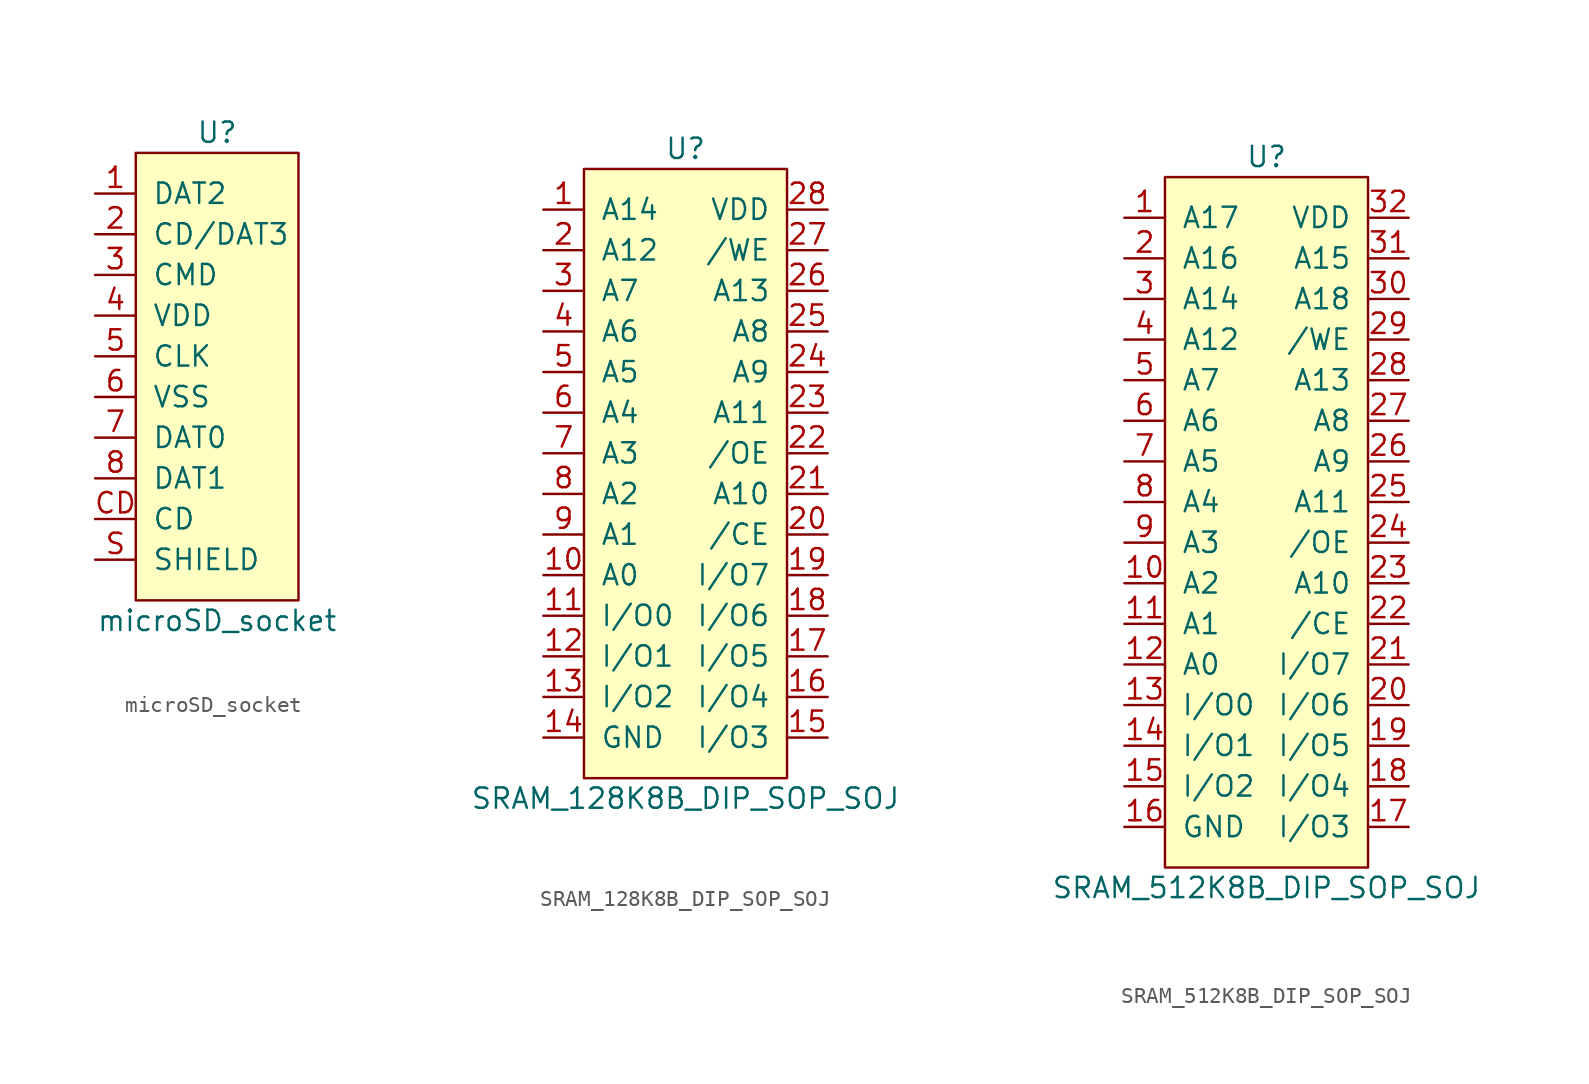
<source format=kicad_sym>
(kicad_symbol_lib
  (version 20211014)
  (generator kicad_symbol_editor)
  (symbol "microSD_socket"
    (pin_names
      (offset 1.016))
    (property "Reference" "U"
      (at 0 15.24 0)
      (effects (font (size 1.27 1.27))))
    (property "Value" "microSD_socket"
      (at 0 -15.24 0)
      (effects (font (size 1.27 1.27))))
    (symbol "microSD_socket_0_1"
      (rectangle (start -5.08 13.97) (end 5.08 -13.97) (stroke (width 0) (type default) (color 0 0 0 0)) (fill (type background))))
    (symbol "microSD_socket_1_1"
      (pin bidirectional line (at -7.62 11.43 0) (length 2.54) (name "DAT2" (effects (font (size 1.27 1.27)))) (number "1" (effects (font (size 1.27 1.27)))))
      (pin bidirectional line (at -7.62 8.89 0) (length 2.54) (name "CD/DAT3" (effects (font (size 1.27 1.27)))) (number "2" (effects (font (size 1.27 1.27)))))
      (pin bidirectional line (at -7.62 6.35 0) (length 2.54) (name "CMD" (effects (font (size 1.27 1.27)))) (number "3" (effects (font (size 1.27 1.27)))))
      (pin power_in line (at -7.62 3.81 0) (length 2.54) (name "VDD" (effects (font (size 1.27 1.27)))) (number "4" (effects (font (size 1.27 1.27)))))
      (pin input line (at -7.62 1.27 0) (length 2.54) (name "CLK" (effects (font (size 1.27 1.27)))) (number "5" (effects (font (size 1.27 1.27)))))
      (pin power_in line (at -7.62 -1.27 0) (length 2.54) (name "VSS" (effects (font (size 1.27 1.27)))) (number "6" (effects (font (size 1.27 1.27)))))
      (pin bidirectional line (at -7.62 -3.81 0) (length 2.54) (name "DAT0" (effects (font (size 1.27 1.27)))) (number "7" (effects (font (size 1.27 1.27)))))
      (pin bidirectional line (at -7.62 -6.35 0) (length 2.54) (name "DAT1" (effects (font (size 1.27 1.27)))) (number "8" (effects (font (size 1.27 1.27)))))
      (pin output line (at -7.62 -8.89 0) (length 2.54) (name "CD" (effects (font (size 1.27 1.27)))) (number "CD" (effects (font (size 1.27 1.27)))))
      (pin power_in line (at -7.62 -11.43 0) (length 2.54) (name "SHIELD" (effects (font (size 1.27 1.27)))) (number "S" (effects (font (size 1.27 1.27)))))))
  (symbol "SRAM_128K8B_DIP_SOP_SOJ"
    (pin_names
      (offset 1.016))
    (property "Reference" "U"
      (at 0 19.05 0)
      (effects (font (size 1.27 1.27))))
    (property "Value" "SRAM_128K8B_DIP_SOP_SOJ"
      (at 0 -21.59 0)
      (effects (font (size 1.27 1.27))))
    (symbol "SRAM_128K8B_DIP_SOP_SOJ_1_1"
      (rectangle (start -6.35 17.78) (end 6.35 -20.32) (stroke (width 0) (type default) (color 0 0 0 0)) (fill (type background)))
      (pin input line (at -8.89 15.24 0) (length 2.54) (name "A14" (effects (font (size 1.27 1.27)))) (number "1" (effects (font (size 1.27 1.27)))))
      (pin input line (at -8.89 -7.62 0) (length 2.54) (name "A0" (effects (font (size 1.27 1.27)))) (number "10" (effects (font (size 1.27 1.27)))))
      (pin bidirectional line (at -8.89 -10.16 0) (length 2.54) (name "I/O0" (effects (font (size 1.27 1.27)))) (number "11" (effects (font (size 1.27 1.27)))))
      (pin bidirectional line (at -8.89 -12.7 0) (length 2.54) (name "I/O1" (effects (font (size 1.27 1.27)))) (number "12" (effects (font (size 1.27 1.27)))))
      (pin bidirectional line (at -8.89 -15.24 0) (length 2.54) (name "I/O2" (effects (font (size 1.27 1.27)))) (number "13" (effects (font (size 1.27 1.27)))))
      (pin power_in line (at -8.89 -17.78 0) (length 2.54) (name "GND" (effects (font (size 1.27 1.27)))) (number "14" (effects (font (size 1.27 1.27)))))
      (pin bidirectional line (at 8.89 -17.78 180) (length 2.54) (name "I/O3" (effects (font (size 1.27 1.27)))) (number "15" (effects (font (size 1.27 1.27)))))
      (pin bidirectional line (at 8.89 -15.24 180) (length 2.54) (name "I/O4" (effects (font (size 1.27 1.27)))) (number "16" (effects (font (size 1.27 1.27)))))
      (pin bidirectional line (at 8.89 -12.7 180) (length 2.54) (name "I/O5" (effects (font (size 1.27 1.27)))) (number "17" (effects (font (size 1.27 1.27)))))
      (pin bidirectional line (at 8.89 -10.16 180) (length 2.54) (name "I/O6" (effects (font (size 1.27 1.27)))) (number "18" (effects (font (size 1.27 1.27)))))
      (pin bidirectional line (at 8.89 -7.62 180) (length 2.54) (name "I/O7" (effects (font (size 1.27 1.27)))) (number "19" (effects (font (size 1.27 1.27)))))
      (pin input line (at -8.89 12.7 0) (length 2.54) (name "A12" (effects (font (size 1.27 1.27)))) (number "2" (effects (font (size 1.27 1.27)))))
      (pin input line (at 8.89 -5.08 180) (length 2.54) (name "/CE" (effects (font (size 1.27 1.27)))) (number "20" (effects (font (size 1.27 1.27)))))
      (pin input line (at 8.89 -2.54 180) (length 2.54) (name "A10" (effects (font (size 1.27 1.27)))) (number "21" (effects (font (size 1.27 1.27)))))
      (pin input line (at 8.89 0 180) (length 2.54) (name "/OE" (effects (font (size 1.27 1.27)))) (number "22" (effects (font (size 1.27 1.27)))))
      (pin input line (at 8.89 2.54 180) (length 2.54) (name "A11" (effects (font (size 1.27 1.27)))) (number "23" (effects (font (size 1.27 1.27)))))
      (pin input line (at 8.89 5.08 180) (length 2.54) (name "A9" (effects (font (size 1.27 1.27)))) (number "24" (effects (font (size 1.27 1.27)))))
      (pin input line (at 8.89 7.62 180) (length 2.54) (name "A8" (effects (font (size 1.27 1.27)))) (number "25" (effects (font (size 1.27 1.27)))))
      (pin input line (at 8.89 10.16 180) (length 2.54) (name "A13" (effects (font (size 1.27 1.27)))) (number "26" (effects (font (size 1.27 1.27)))))
      (pin input line (at 8.89 12.7 180) (length 2.54) (name "/WE" (effects (font (size 1.27 1.27)))) (number "27" (effects (font (size 1.27 1.27)))))
      (pin power_in line (at 8.89 15.24 180) (length 2.54) (name "VDD" (effects (font (size 1.27 1.27)))) (number "28" (effects (font (size 1.27 1.27)))))
      (pin input line (at -8.89 10.16 0) (length 2.54) (name "A7" (effects (font (size 1.27 1.27)))) (number "3" (effects (font (size 1.27 1.27)))))
      (pin input line (at -8.89 7.62 0) (length 2.54) (name "A6" (effects (font (size 1.27 1.27)))) (number "4" (effects (font (size 1.27 1.27)))))
      (pin input line (at -8.89 5.08 0) (length 2.54) (name "A5" (effects (font (size 1.27 1.27)))) (number "5" (effects (font (size 1.27 1.27)))))
      (pin input line (at -8.89 2.54 0) (length 2.54) (name "A4" (effects (font (size 1.27 1.27)))) (number "6" (effects (font (size 1.27 1.27)))))
      (pin input line (at -8.89 0 0) (length 2.54) (name "A3" (effects (font (size 1.27 1.27)))) (number "7" (effects (font (size 1.27 1.27)))))
      (pin input line (at -8.89 -2.54 0) (length 2.54) (name "A2" (effects (font (size 1.27 1.27)))) (number "8" (effects (font (size 1.27 1.27)))))
      (pin input line (at -8.89 -5.08 0) (length 2.54) (name "A1" (effects (font (size 1.27 1.27)))) (number "9" (effects (font (size 1.27 1.27)))))))
  (symbol "SRAM_512K8B_DIP_SOP_SOJ"
    (pin_names
      (offset 1.016))
    (property "Reference" "U"
      (at 0 29.21 0)
      (effects (font (size 1.27 1.27))))
    (property "Value" "SRAM_512K8B_DIP_SOP_SOJ"
      (at 0 -16.51 0)
      (effects (font (size 1.27 1.27))))
    (symbol "SRAM_512K8B_DIP_SOP_SOJ_0_1"
      (rectangle (start -6.35 27.94) (end 6.35 -15.24) (stroke (width 0) (type default) (color 0 0 0 0)) (fill (type background))))
    (symbol "SRAM_512K8B_DIP_SOP_SOJ_1_1"
      (pin input line (at -8.89 25.4 0) (length 2.54) (name "A17" (effects (font (size 1.27 1.27)))) (number "1" (effects (font (size 1.27 1.27)))))
      (pin input line (at -8.89 2.54 0) (length 2.54) (name "A2" (effects (font (size 1.27 1.27)))) (number "10" (effects (font (size 1.27 1.27)))))
      (pin input line (at -8.89 0 0) (length 2.54) (name "A1" (effects (font (size 1.27 1.27)))) (number "11" (effects (font (size 1.27 1.27)))))
      (pin input line (at -8.89 -2.54 0) (length 2.54) (name "A0" (effects (font (size 1.27 1.27)))) (number "12" (effects (font (size 1.27 1.27)))))
      (pin bidirectional line (at -8.89 -5.08 0) (length 2.54) (name "I/O0" (effects (font (size 1.27 1.27)))) (number "13" (effects (font (size 1.27 1.27)))))
      (pin bidirectional line (at -8.89 -7.62 0) (length 2.54) (name "I/O1" (effects (font (size 1.27 1.27)))) (number "14" (effects (font (size 1.27 1.27)))))
      (pin bidirectional line (at -8.89 -10.16 0) (length 2.54) (name "I/O2" (effects (font (size 1.27 1.27)))) (number "15" (effects (font (size 1.27 1.27)))))
      (pin power_in line (at -8.89 -12.7 0) (length 2.54) (name "GND" (effects (font (size 1.27 1.27)))) (number "16" (effects (font (size 1.27 1.27)))))
      (pin bidirectional line (at 8.89 -12.7 180) (length 2.54) (name "I/O3" (effects (font (size 1.27 1.27)))) (number "17" (effects (font (size 1.27 1.27)))))
      (pin bidirectional line (at 8.89 -10.16 180) (length 2.54) (name "I/O4" (effects (font (size 1.27 1.27)))) (number "18" (effects (font (size 1.27 1.27)))))
      (pin bidirectional line (at 8.89 -7.62 180) (length 2.54) (name "I/O5" (effects (font (size 1.27 1.27)))) (number "19" (effects (font (size 1.27 1.27)))))
      (pin input line (at -8.89 22.86 0) (length 2.54) (name "A16" (effects (font (size 1.27 1.27)))) (number "2" (effects (font (size 1.27 1.27)))))
      (pin bidirectional line (at 8.89 -5.08 180) (length 2.54) (name "I/O6" (effects (font (size 1.27 1.27)))) (number "20" (effects (font (size 1.27 1.27)))))
      (pin bidirectional line (at 8.89 -2.54 180) (length 2.54) (name "I/O7" (effects (font (size 1.27 1.27)))) (number "21" (effects (font (size 1.27 1.27)))))
      (pin input line (at 8.89 0 180) (length 2.54) (name "/CE" (effects (font (size 1.27 1.27)))) (number "22" (effects (font (size 1.27 1.27)))))
      (pin input line (at 8.89 2.54 180) (length 2.54) (name "A10" (effects (font (size 1.27 1.27)))) (number "23" (effects (font (size 1.27 1.27)))))
      (pin input line (at 8.89 5.08 180) (length 2.54) (name "/OE" (effects (font (size 1.27 1.27)))) (number "24" (effects (font (size 1.27 1.27)))))
      (pin input line (at 8.89 7.62 180) (length 2.54) (name "A11" (effects (font (size 1.27 1.27)))) (number "25" (effects (font (size 1.27 1.27)))))
      (pin input line (at 8.89 10.16 180) (length 2.54) (name "A9" (effects (font (size 1.27 1.27)))) (number "26" (effects (font (size 1.27 1.27)))))
      (pin input line (at 8.89 12.7 180) (length 2.54) (name "A8" (effects (font (size 1.27 1.27)))) (number "27" (effects (font (size 1.27 1.27)))))
      (pin input line (at 8.89 15.24 180) (length 2.54) (name "A13" (effects (font (size 1.27 1.27)))) (number "28" (effects (font (size 1.27 1.27)))))
      (pin input line (at 8.89 17.78 180) (length 2.54) (name "/WE" (effects (font (size 1.27 1.27)))) (number "29" (effects (font (size 1.27 1.27)))))
      (pin input line (at -8.89 20.32 0) (length 2.54) (name "A14" (effects (font (size 1.27 1.27)))) (number "3" (effects (font (size 1.27 1.27)))))
      (pin input line (at 8.89 20.32 180) (length 2.54) (name "A18" (effects (font (size 1.27 1.27)))) (number "30" (effects (font (size 1.27 1.27)))))
      (pin input line (at 8.89 22.86 180) (length 2.54) (name "A15" (effects (font (size 1.27 1.27)))) (number "31" (effects (font (size 1.27 1.27)))))
      (pin power_in line (at 8.89 25.4 180) (length 2.54) (name "VDD" (effects (font (size 1.27 1.27)))) (number "32" (effects (font (size 1.27 1.27)))))
      (pin input line (at -8.89 17.78 0) (length 2.54) (name "A12" (effects (font (size 1.27 1.27)))) (number "4" (effects (font (size 1.27 1.27)))))
      (pin input line (at -8.89 15.24 0) (length 2.54) (name "A7" (effects (font (size 1.27 1.27)))) (number "5" (effects (font (size 1.27 1.27)))))
      (pin input line (at -8.89 12.7 0) (length 2.54) (name "A6" (effects (font (size 1.27 1.27)))) (number "6" (effects (font (size 1.27 1.27)))))
      (pin input line (at -8.89 10.16 0) (length 2.54) (name "A5" (effects (font (size 1.27 1.27)))) (number "7" (effects (font (size 1.27 1.27)))))
      (pin input line (at -8.89 7.62 0) (length 2.54) (name "A4" (effects (font (size 1.27 1.27)))) (number "8" (effects (font (size 1.27 1.27)))))
      (pin input line (at -8.89 5.08 0) (length 2.54) (name "A3" (effects (font (size 1.27 1.27)))) (number "9" (effects (font (size 1.27 1.27))))))))
</source>
